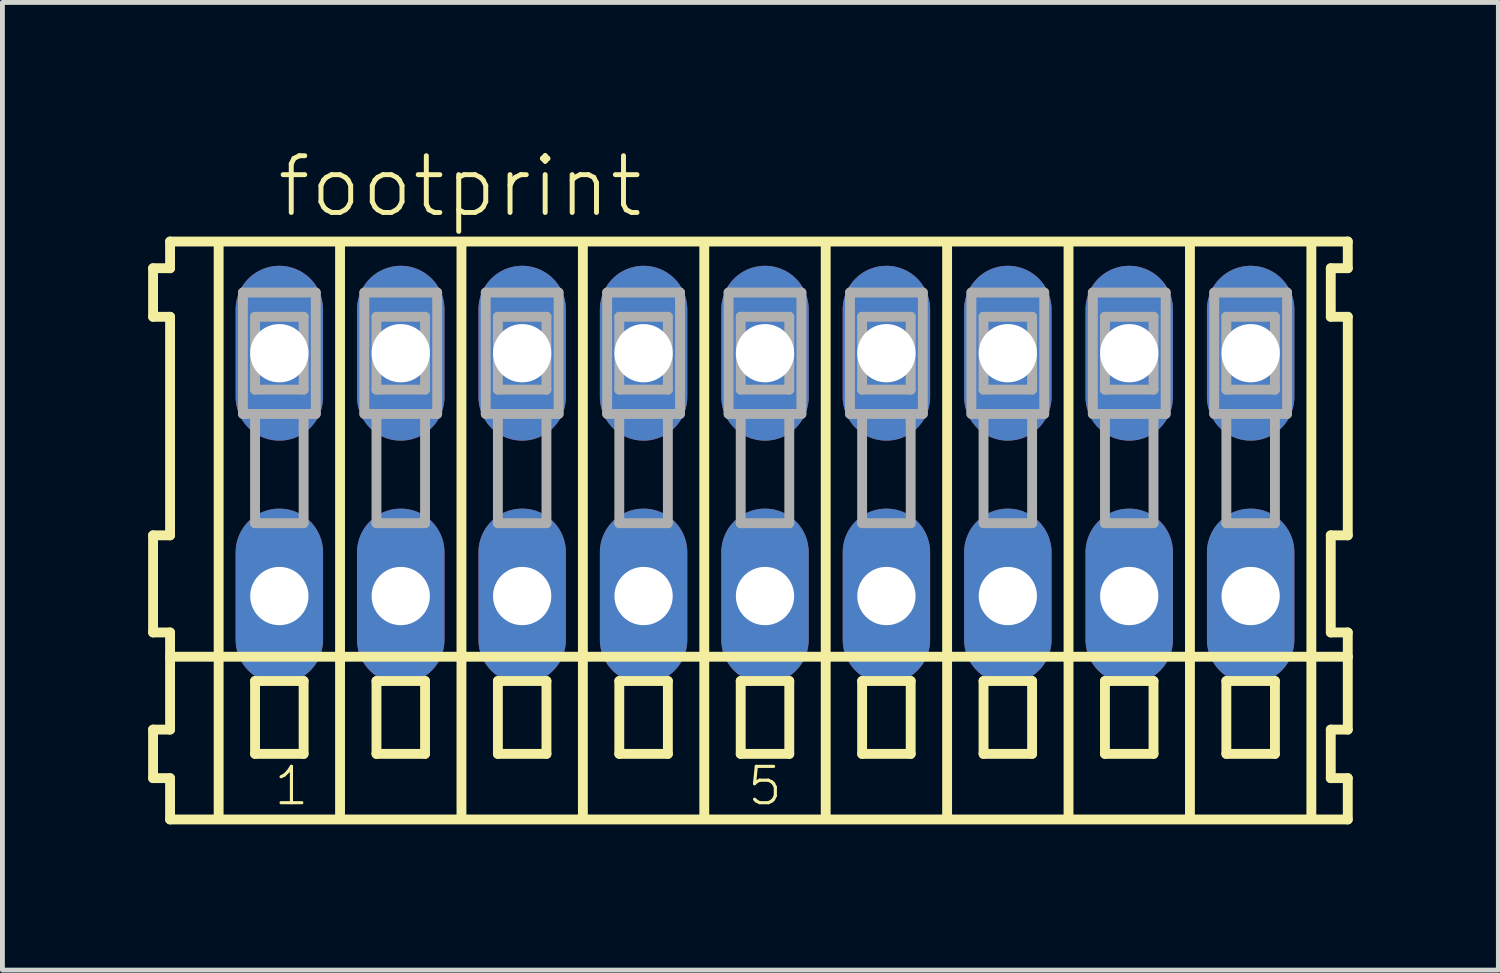
<source format=kicad_pcb>
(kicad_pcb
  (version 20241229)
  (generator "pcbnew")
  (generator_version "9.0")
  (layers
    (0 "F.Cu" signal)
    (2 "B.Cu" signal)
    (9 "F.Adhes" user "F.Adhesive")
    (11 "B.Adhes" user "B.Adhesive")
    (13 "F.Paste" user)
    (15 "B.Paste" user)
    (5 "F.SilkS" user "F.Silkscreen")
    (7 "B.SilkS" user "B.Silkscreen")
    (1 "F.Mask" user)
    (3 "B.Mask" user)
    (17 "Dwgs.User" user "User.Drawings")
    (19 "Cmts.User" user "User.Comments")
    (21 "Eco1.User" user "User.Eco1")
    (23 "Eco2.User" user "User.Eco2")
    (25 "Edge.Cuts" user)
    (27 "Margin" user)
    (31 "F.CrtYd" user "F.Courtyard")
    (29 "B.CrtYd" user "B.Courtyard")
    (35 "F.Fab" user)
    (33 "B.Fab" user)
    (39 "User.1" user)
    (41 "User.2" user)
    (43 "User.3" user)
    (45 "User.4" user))
  (footprint "footprint"
    (layer "F.Cu")
    (at 12.702 6.723)
    (property "Reference" "footprint" (at -10.1 -5.25 0) (layer "F.SilkS") (effects (font (size 1.168 1.168) (thickness 0.102)) (justify left bottom)))
    (fp_line (start -12.6 -4.25) (end -12.6 -3.25) (stroke (width 0.203) (type solid)) (layer "F.SilkS"))
    (fp_line (start -12.6 -3.25) (end -12.25 -3.25) (stroke (width 0.203) (type solid)) (layer "F.SilkS"))
    (fp_line (start -12.6 1.25) (end -12.6 3.25) (stroke (width 0.203) (type solid)) (layer "F.SilkS"))
    (fp_line (start -12.6 3.25) (end -12.25 3.25) (stroke (width 0.203) (type solid)) (layer "F.SilkS"))
    (fp_line (start -12.6 5.25) (end -12.6 6.25) (stroke (width 0.203) (type solid)) (layer "F.SilkS"))
    (fp_line (start -12.6 6.25) (end -12.25 6.25) (stroke (width 0.203) (type solid)) (layer "F.SilkS"))
    (fp_line (start -12.25 -4.8) (end -12.25 -4.25) (stroke (width 0.203) (type solid)) (layer "F.SilkS"))
    (fp_line (start -12.25 -4.25) (end -12.6 -4.25) (stroke (width 0.203) (type solid)) (layer "F.SilkS"))
    (fp_line (start -12.25 -3.25) (end -12.25 1.25) (stroke (width 0.203) (type solid)) (layer "F.SilkS"))
    (fp_line (start -12.25 1.25) (end -12.6 1.25) (stroke (width 0.203) (type solid)) (layer "F.SilkS"))
    (fp_line (start -12.25 3.25) (end -12.25 5.25) (stroke (width 0.203) (type solid)) (layer "F.SilkS"))
    (fp_line (start -12.25 3.75) (end 12 3.75) (stroke (width 0.203) (type solid)) (layer "F.SilkS"))
    (fp_line (start -12.25 5.25) (end -12.6 5.25) (stroke (width 0.203) (type solid)) (layer "F.SilkS"))
    (fp_line (start -12.25 6.25) (end -12.25 7.1) (stroke (width 0.203) (type solid)) (layer "F.SilkS"))
    (fp_line (start -12.25 7.1) (end 12 7.1) (stroke (width 0.203) (type solid)) (layer "F.SilkS"))
    (fp_line (start -11.25 -4.75) (end -11.25 7) (stroke (width 0.203) (type solid)) (layer "F.SilkS"))
    (fp_line (start -10.5 4.25) (end -10.5 5.75) (stroke (width 0.203) (type solid)) (layer "F.SilkS"))
    (fp_line (start -10.5 5.75) (end -9.5 5.75) (stroke (width 0.203) (type solid)) (layer "F.SilkS"))
    (fp_line (start -9.5 4.25) (end -10.5 4.25) (stroke (width 0.203) (type solid)) (layer "F.SilkS"))
    (fp_line (start -9.5 5.75) (end -9.5 4.25) (stroke (width 0.203) (type solid)) (layer "F.SilkS"))
    (fp_line (start -8.75 -4.75) (end -8.75 7) (stroke (width 0.203) (type solid)) (layer "F.SilkS"))
    (fp_line (start -8 4.25) (end -8 5.75) (stroke (width 0.203) (type solid)) (layer "F.SilkS"))
    (fp_line (start -8 5.75) (end -7 5.75) (stroke (width 0.203) (type solid)) (layer "F.SilkS"))
    (fp_line (start -7 4.25) (end -8 4.25) (stroke (width 0.203) (type solid)) (layer "F.SilkS"))
    (fp_line (start -7 5.75) (end -7 4.25) (stroke (width 0.203) (type solid)) (layer "F.SilkS"))
    (fp_line (start -6.25 -4.75) (end -6.25 7) (stroke (width 0.203) (type solid)) (layer "F.SilkS"))
    (fp_line (start -5.5 4.25) (end -5.5 5.75) (stroke (width 0.203) (type solid)) (layer "F.SilkS"))
    (fp_line (start -5.5 5.75) (end -4.5 5.75) (stroke (width 0.203) (type solid)) (layer "F.SilkS"))
    (fp_line (start -4.5 4.25) (end -5.5 4.25) (stroke (width 0.203) (type solid)) (layer "F.SilkS"))
    (fp_line (start -4.5 5.75) (end -4.5 4.25) (stroke (width 0.203) (type solid)) (layer "F.SilkS"))
    (fp_line (start -3.75 -4.75) (end -3.75 7) (stroke (width 0.203) (type solid)) (layer "F.SilkS"))
    (fp_line (start -3 4.25) (end -3 5.75) (stroke (width 0.203) (type solid)) (layer "F.SilkS"))
    (fp_line (start -3 5.75) (end -2 5.75) (stroke (width 0.203) (type solid)) (layer "F.SilkS"))
    (fp_line (start -2 4.25) (end -3 4.25) (stroke (width 0.203) (type solid)) (layer "F.SilkS"))
    (fp_line (start -2 5.75) (end -2 4.25) (stroke (width 0.203) (type solid)) (layer "F.SilkS"))
    (fp_line (start -1.25 -4.75) (end -1.25 7) (stroke (width 0.203) (type solid)) (layer "F.SilkS"))
    (fp_line (start -0.5 4.25) (end -0.5 5.75) (stroke (width 0.203) (type solid)) (layer "F.SilkS"))
    (fp_line (start -0.5 5.75) (end 0.5 5.75) (stroke (width 0.203) (type solid)) (layer "F.SilkS"))
    (fp_line (start 0.5 4.25) (end -0.5 4.25) (stroke (width 0.203) (type solid)) (layer "F.SilkS"))
    (fp_line (start 0.5 5.75) (end 0.5 4.25) (stroke (width 0.203) (type solid)) (layer "F.SilkS"))
    (fp_line (start 1.25 -4.75) (end 1.25 7) (stroke (width 0.203) (type solid)) (layer "F.SilkS"))
    (fp_line (start 2 4.25) (end 2 5.75) (stroke (width 0.203) (type solid)) (layer "F.SilkS"))
    (fp_line (start 2 5.75) (end 3 5.75) (stroke (width 0.203) (type solid)) (layer "F.SilkS"))
    (fp_line (start 3 4.25) (end 2 4.25) (stroke (width 0.203) (type solid)) (layer "F.SilkS"))
    (fp_line (start 3 5.75) (end 3 4.25) (stroke (width 0.203) (type solid)) (layer "F.SilkS"))
    (fp_line (start 3.75 -4.75) (end 3.75 7) (stroke (width 0.203) (type solid)) (layer "F.SilkS"))
    (fp_line (start 4.5 4.25) (end 4.5 5.75) (stroke (width 0.203) (type solid)) (layer "F.SilkS"))
    (fp_line (start 4.5 5.75) (end 5.5 5.75) (stroke (width 0.203) (type solid)) (layer "F.SilkS"))
    (fp_line (start 5.5 4.25) (end 4.5 4.25) (stroke (width 0.203) (type solid)) (layer "F.SilkS"))
    (fp_line (start 5.5 5.75) (end 5.5 4.25) (stroke (width 0.203) (type solid)) (layer "F.SilkS"))
    (fp_line (start 6.25 -4.75) (end 6.25 7) (stroke (width 0.203) (type solid)) (layer "F.SilkS"))
    (fp_line (start 7 4.25) (end 7 5.75) (stroke (width 0.203) (type solid)) (layer "F.SilkS"))
    (fp_line (start 7 5.75) (end 8 5.75) (stroke (width 0.203) (type solid)) (layer "F.SilkS"))
    (fp_line (start 8 4.25) (end 7 4.25) (stroke (width 0.203) (type solid)) (layer "F.SilkS"))
    (fp_line (start 8 5.75) (end 8 4.25) (stroke (width 0.203) (type solid)) (layer "F.SilkS"))
    (fp_line (start 8.75 -4.75) (end 8.75 7) (stroke (width 0.203) (type solid)) (layer "F.SilkS"))
    (fp_line (start 9.5 4.25) (end 9.5 5.75) (stroke (width 0.203) (type solid)) (layer "F.SilkS"))
    (fp_line (start 9.5 5.75) (end 10.5 5.75) (stroke (width 0.203) (type solid)) (layer "F.SilkS"))
    (fp_line (start 10.5 4.25) (end 9.5 4.25) (stroke (width 0.203) (type solid)) (layer "F.SilkS"))
    (fp_line (start 10.5 5.75) (end 10.5 4.25) (stroke (width 0.203) (type solid)) (layer "F.SilkS"))
    (fp_line (start 11.25 -4.75) (end 11.25 7) (stroke (width 0.203) (type solid)) (layer "F.SilkS"))
    (fp_line (start 11.65 -4.25) (end 11.65 -3.25) (stroke (width 0.203) (type solid)) (layer "F.SilkS"))
    (fp_line (start 11.65 -3.25) (end 12 -3.25) (stroke (width 0.203) (type solid)) (layer "F.SilkS"))
    (fp_line (start 11.65 1.25) (end 11.65 3.25) (stroke (width 0.203) (type solid)) (layer "F.SilkS"))
    (fp_line (start 11.65 3.25) (end 12 3.25) (stroke (width 0.203) (type solid)) (layer "F.SilkS"))
    (fp_line (start 11.65 5.25) (end 11.65 6.25) (stroke (width 0.203) (type solid)) (layer "F.SilkS"))
    (fp_line (start 11.65 6.25) (end 12 6.25) (stroke (width 0.203) (type solid)) (layer "F.SilkS"))
    (fp_line (start 12 -4.8) (end -12.25 -4.8) (stroke (width 0.203) (type solid)) (layer "F.SilkS"))
    (fp_line (start 12 -4.25) (end 11.65 -4.25) (stroke (width 0.203) (type solid)) (layer "F.SilkS"))
    (fp_line (start 12 -4.25) (end 12 -4.8) (stroke (width 0.203) (type solid)) (layer "F.SilkS"))
    (fp_line (start 12 1.25) (end 11.65 1.25) (stroke (width 0.203) (type solid)) (layer "F.SilkS"))
    (fp_line (start 12 1.25) (end 12 -3.25) (stroke (width 0.203) (type solid)) (layer "F.SilkS"))
    (fp_line (start 12 3.75) (end 12 3.25) (stroke (width 0.203) (type solid)) (layer "F.SilkS"))
    (fp_line (start 12 5.25) (end 11.65 5.25) (stroke (width 0.203) (type solid)) (layer "F.SilkS"))
    (fp_line (start 12 5.25) (end 12 3.75) (stroke (width 0.203) (type solid)) (layer "F.SilkS"))
    (fp_line (start 12 7.1) (end 12 6.25) (stroke (width 0.203) (type solid)) (layer "F.SilkS"))
    (fp_line (start -10.75 -3.75) (end -10.75 -1.25) (stroke (width 0.203) (type solid)) (layer "F.Fab"))
    (fp_line (start -10.75 -1.25) (end -10.5 -1.25) (stroke (width 0.203) (type solid)) (layer "F.Fab"))
    (fp_line (start -10.5 -3.25) (end -10.5 -1.75) (stroke (width 0.203) (type solid)) (layer "F.Fab"))
    (fp_line (start -10.5 -1.75) (end -9.5 -1.75) (stroke (width 0.203) (type solid)) (layer "F.Fab"))
    (fp_line (start -10.5 -1.25) (end -10.5 1) (stroke (width 0.203) (type solid)) (layer "F.Fab"))
    (fp_line (start -10.5 -1.25) (end -9.5 -1.25) (stroke (width 0.203) (type solid)) (layer "F.Fab"))
    (fp_line (start -10.5 1) (end -9.5 1) (stroke (width 0.203) (type solid)) (layer "F.Fab"))
    (fp_line (start -9.5 -3.25) (end -10.5 -3.25) (stroke (width 0.203) (type solid)) (layer "F.Fab"))
    (fp_line (start -9.5 -1.75) (end -9.5 -3.25) (stroke (width 0.203) (type solid)) (layer "F.Fab"))
    (fp_line (start -9.5 -1.25) (end -9.25 -1.25) (stroke (width 0.203) (type solid)) (layer "F.Fab"))
    (fp_line (start -9.5 1) (end -9.5 -1.25) (stroke (width 0.203) (type solid)) (layer "F.Fab"))
    (fp_line (start -9.25 -3.75) (end -10.75 -3.75) (stroke (width 0.203) (type solid)) (layer "F.Fab"))
    (fp_line (start -9.25 -1.25) (end -9.25 -3.75) (stroke (width 0.203) (type solid)) (layer "F.Fab"))
    (fp_line (start -8.25 -3.75) (end -8.25 -1.25) (stroke (width 0.203) (type solid)) (layer "F.Fab"))
    (fp_line (start -8.25 -1.25) (end -8 -1.25) (stroke (width 0.203) (type solid)) (layer "F.Fab"))
    (fp_line (start -8 -3.25) (end -8 -1.75) (stroke (width 0.203) (type solid)) (layer "F.Fab"))
    (fp_line (start -8 -1.75) (end -7 -1.75) (stroke (width 0.203) (type solid)) (layer "F.Fab"))
    (fp_line (start -8 -1.25) (end -8 1) (stroke (width 0.203) (type solid)) (layer "F.Fab"))
    (fp_line (start -8 -1.25) (end -7 -1.25) (stroke (width 0.203) (type solid)) (layer "F.Fab"))
    (fp_line (start -8 1) (end -7 1) (stroke (width 0.203) (type solid)) (layer "F.Fab"))
    (fp_line (start -7 -3.25) (end -8 -3.25) (stroke (width 0.203) (type solid)) (layer "F.Fab"))
    (fp_line (start -7 -1.75) (end -7 -3.25) (stroke (width 0.203) (type solid)) (layer "F.Fab"))
    (fp_line (start -7 -1.25) (end -6.75 -1.25) (stroke (width 0.203) (type solid)) (layer "F.Fab"))
    (fp_line (start -7 1) (end -7 -1.25) (stroke (width 0.203) (type solid)) (layer "F.Fab"))
    (fp_line (start -6.75 -3.75) (end -8.25 -3.75) (stroke (width 0.203) (type solid)) (layer "F.Fab"))
    (fp_line (start -6.75 -1.25) (end -6.75 -3.75) (stroke (width 0.203) (type solid)) (layer "F.Fab"))
    (fp_line (start -5.75 -3.75) (end -5.75 -1.25) (stroke (width 0.203) (type solid)) (layer "F.Fab"))
    (fp_line (start -5.75 -1.25) (end -5.5 -1.25) (stroke (width 0.203) (type solid)) (layer "F.Fab"))
    (fp_line (start -5.5 -3.25) (end -5.5 -1.75) (stroke (width 0.203) (type solid)) (layer "F.Fab"))
    (fp_line (start -5.5 -1.75) (end -4.5 -1.75) (stroke (width 0.203) (type solid)) (layer "F.Fab"))
    (fp_line (start -5.5 -1.25) (end -5.5 1) (stroke (width 0.203) (type solid)) (layer "F.Fab"))
    (fp_line (start -5.5 -1.25) (end -4.5 -1.25) (stroke (width 0.203) (type solid)) (layer "F.Fab"))
    (fp_line (start -5.5 1) (end -4.5 1) (stroke (width 0.203) (type solid)) (layer "F.Fab"))
    (fp_line (start -4.5 -3.25) (end -5.5 -3.25) (stroke (width 0.203) (type solid)) (layer "F.Fab"))
    (fp_line (start -4.5 -1.75) (end -4.5 -3.25) (stroke (width 0.203) (type solid)) (layer "F.Fab"))
    (fp_line (start -4.5 -1.25) (end -4.25 -1.25) (stroke (width 0.203) (type solid)) (layer "F.Fab"))
    (fp_line (start -4.5 1) (end -4.5 -1.25) (stroke (width 0.203) (type solid)) (layer "F.Fab"))
    (fp_line (start -4.25 -3.75) (end -5.75 -3.75) (stroke (width 0.203) (type solid)) (layer "F.Fab"))
    (fp_line (start -4.25 -1.25) (end -4.25 -3.75) (stroke (width 0.203) (type solid)) (layer "F.Fab"))
    (fp_line (start -3.25 -3.75) (end -3.25 -1.25) (stroke (width 0.203) (type solid)) (layer "F.Fab"))
    (fp_line (start -3.25 -1.25) (end -3 -1.25) (stroke (width 0.203) (type solid)) (layer "F.Fab"))
    (fp_line (start -3 -3.25) (end -3 -1.75) (stroke (width 0.203) (type solid)) (layer "F.Fab"))
    (fp_line (start -3 -1.75) (end -2 -1.75) (stroke (width 0.203) (type solid)) (layer "F.Fab"))
    (fp_line (start -3 -1.25) (end -3 1) (stroke (width 0.203) (type solid)) (layer "F.Fab"))
    (fp_line (start -3 -1.25) (end -2 -1.25) (stroke (width 0.203) (type solid)) (layer "F.Fab"))
    (fp_line (start -3 1) (end -2 1) (stroke (width 0.203) (type solid)) (layer "F.Fab"))
    (fp_line (start -2 -3.25) (end -3 -3.25) (stroke (width 0.203) (type solid)) (layer "F.Fab"))
    (fp_line (start -2 -1.75) (end -2 -3.25) (stroke (width 0.203) (type solid)) (layer "F.Fab"))
    (fp_line (start -2 -1.25) (end -1.75 -1.25) (stroke (width 0.203) (type solid)) (layer "F.Fab"))
    (fp_line (start -2 1) (end -2 -1.25) (stroke (width 0.203) (type solid)) (layer "F.Fab"))
    (fp_line (start -1.75 -3.75) (end -3.25 -3.75) (stroke (width 0.203) (type solid)) (layer "F.Fab"))
    (fp_line (start -1.75 -1.25) (end -1.75 -3.75) (stroke (width 0.203) (type solid)) (layer "F.Fab"))
    (fp_line (start -0.75 -3.75) (end -0.75 -1.25) (stroke (width 0.203) (type solid)) (layer "F.Fab"))
    (fp_line (start -0.75 -1.25) (end -0.5 -1.25) (stroke (width 0.203) (type solid)) (layer "F.Fab"))
    (fp_line (start -0.5 -3.25) (end -0.5 -1.75) (stroke (width 0.203) (type solid)) (layer "F.Fab"))
    (fp_line (start -0.5 -1.75) (end 0.5 -1.75) (stroke (width 0.203) (type solid)) (layer "F.Fab"))
    (fp_line (start -0.5 -1.25) (end -0.5 1) (stroke (width 0.203) (type solid)) (layer "F.Fab"))
    (fp_line (start -0.5 -1.25) (end 0.5 -1.25) (stroke (width 0.203) (type solid)) (layer "F.Fab"))
    (fp_line (start -0.5 1) (end 0.5 1) (stroke (width 0.203) (type solid)) (layer "F.Fab"))
    (fp_line (start 0.5 -3.25) (end -0.5 -3.25) (stroke (width 0.203) (type solid)) (layer "F.Fab"))
    (fp_line (start 0.5 -1.75) (end 0.5 -3.25) (stroke (width 0.203) (type solid)) (layer "F.Fab"))
    (fp_line (start 0.5 -1.25) (end 0.75 -1.25) (stroke (width 0.203) (type solid)) (layer "F.Fab"))
    (fp_line (start 0.5 1) (end 0.5 -1.25) (stroke (width 0.203) (type solid)) (layer "F.Fab"))
    (fp_line (start 0.75 -3.75) (end -0.75 -3.75) (stroke (width 0.203) (type solid)) (layer "F.Fab"))
    (fp_line (start 0.75 -1.25) (end 0.75 -3.75) (stroke (width 0.203) (type solid)) (layer "F.Fab"))
    (fp_line (start 1.75 -3.75) (end 1.75 -1.25) (stroke (width 0.203) (type solid)) (layer "F.Fab"))
    (fp_line (start 1.75 -1.25) (end 2 -1.25) (stroke (width 0.203) (type solid)) (layer "F.Fab"))
    (fp_line (start 2 -3.25) (end 2 -1.75) (stroke (width 0.203) (type solid)) (layer "F.Fab"))
    (fp_line (start 2 -1.75) (end 3 -1.75) (stroke (width 0.203) (type solid)) (layer "F.Fab"))
    (fp_line (start 2 -1.25) (end 2 1) (stroke (width 0.203) (type solid)) (layer "F.Fab"))
    (fp_line (start 2 -1.25) (end 3 -1.25) (stroke (width 0.203) (type solid)) (layer "F.Fab"))
    (fp_line (start 2 1) (end 3 1) (stroke (width 0.203) (type solid)) (layer "F.Fab"))
    (fp_line (start 3 -3.25) (end 2 -3.25) (stroke (width 0.203) (type solid)) (layer "F.Fab"))
    (fp_line (start 3 -1.75) (end 3 -3.25) (stroke (width 0.203) (type solid)) (layer "F.Fab"))
    (fp_line (start 3 -1.25) (end 3.25 -1.25) (stroke (width 0.203) (type solid)) (layer "F.Fab"))
    (fp_line (start 3 1) (end 3 -1.25) (stroke (width 0.203) (type solid)) (layer "F.Fab"))
    (fp_line (start 3.25 -3.75) (end 1.75 -3.75) (stroke (width 0.203) (type solid)) (layer "F.Fab"))
    (fp_line (start 3.25 -1.25) (end 3.25 -3.75) (stroke (width 0.203) (type solid)) (layer "F.Fab"))
    (fp_line (start 4.25 -3.75) (end 4.25 -1.25) (stroke (width 0.203) (type solid)) (layer "F.Fab"))
    (fp_line (start 4.25 -1.25) (end 4.5 -1.25) (stroke (width 0.203) (type solid)) (layer "F.Fab"))
    (fp_line (start 4.5 -3.25) (end 4.5 -1.75) (stroke (width 0.203) (type solid)) (layer "F.Fab"))
    (fp_line (start 4.5 -1.75) (end 5.5 -1.75) (stroke (width 0.203) (type solid)) (layer "F.Fab"))
    (fp_line (start 4.5 -1.25) (end 4.5 1) (stroke (width 0.203) (type solid)) (layer "F.Fab"))
    (fp_line (start 4.5 -1.25) (end 5.5 -1.25) (stroke (width 0.203) (type solid)) (layer "F.Fab"))
    (fp_line (start 4.5 1) (end 5.5 1) (stroke (width 0.203) (type solid)) (layer "F.Fab"))
    (fp_line (start 5.5 -3.25) (end 4.5 -3.25) (stroke (width 0.203) (type solid)) (layer "F.Fab"))
    (fp_line (start 5.5 -1.75) (end 5.5 -3.25) (stroke (width 0.203) (type solid)) (layer "F.Fab"))
    (fp_line (start 5.5 -1.25) (end 5.75 -1.25) (stroke (width 0.203) (type solid)) (layer "F.Fab"))
    (fp_line (start 5.5 1) (end 5.5 -1.25) (stroke (width 0.203) (type solid)) (layer "F.Fab"))
    (fp_line (start 5.75 -3.75) (end 4.25 -3.75) (stroke (width 0.203) (type solid)) (layer "F.Fab"))
    (fp_line (start 5.75 -1.25) (end 5.75 -3.75) (stroke (width 0.203) (type solid)) (layer "F.Fab"))
    (fp_line (start 6.75 -3.75) (end 6.75 -1.25) (stroke (width 0.203) (type solid)) (layer "F.Fab"))
    (fp_line (start 6.75 -1.25) (end 7 -1.25) (stroke (width 0.203) (type solid)) (layer "F.Fab"))
    (fp_line (start 7 -3.25) (end 7 -1.75) (stroke (width 0.203) (type solid)) (layer "F.Fab"))
    (fp_line (start 7 -1.75) (end 8 -1.75) (stroke (width 0.203) (type solid)) (layer "F.Fab"))
    (fp_line (start 7 -1.25) (end 7 1) (stroke (width 0.203) (type solid)) (layer "F.Fab"))
    (fp_line (start 7 -1.25) (end 8 -1.25) (stroke (width 0.203) (type solid)) (layer "F.Fab"))
    (fp_line (start 7 1) (end 8 1) (stroke (width 0.203) (type solid)) (layer "F.Fab"))
    (fp_line (start 8 -3.25) (end 7 -3.25) (stroke (width 0.203) (type solid)) (layer "F.Fab"))
    (fp_line (start 8 -1.75) (end 8 -3.25) (stroke (width 0.203) (type solid)) (layer "F.Fab"))
    (fp_line (start 8 -1.25) (end 8.25 -1.25) (stroke (width 0.203) (type solid)) (layer "F.Fab"))
    (fp_line (start 8 1) (end 8 -1.25) (stroke (width 0.203) (type solid)) (layer "F.Fab"))
    (fp_line (start 8.25 -3.75) (end 6.75 -3.75) (stroke (width 0.203) (type solid)) (layer "F.Fab"))
    (fp_line (start 8.25 -1.25) (end 8.25 -3.75) (stroke (width 0.203) (type solid)) (layer "F.Fab"))
    (fp_line (start 9.25 -3.75) (end 9.25 -1.25) (stroke (width 0.203) (type solid)) (layer "F.Fab"))
    (fp_line (start 9.25 -1.25) (end 9.5 -1.25) (stroke (width 0.203) (type solid)) (layer "F.Fab"))
    (fp_line (start 9.5 -3.25) (end 9.5 -1.75) (stroke (width 0.203) (type solid)) (layer "F.Fab"))
    (fp_line (start 9.5 -1.75) (end 10.5 -1.75) (stroke (width 0.203) (type solid)) (layer "F.Fab"))
    (fp_line (start 9.5 -1.25) (end 9.5 1) (stroke (width 0.203) (type solid)) (layer "F.Fab"))
    (fp_line (start 9.5 -1.25) (end 10.5 -1.25) (stroke (width 0.203) (type solid)) (layer "F.Fab"))
    (fp_line (start 9.5 1) (end 10.5 1) (stroke (width 0.203) (type solid)) (layer "F.Fab"))
    (fp_line (start 10.5 -3.25) (end 9.5 -3.25) (stroke (width 0.203) (type solid)) (layer "F.Fab"))
    (fp_line (start 10.5 -1.75) (end 10.5 -3.25) (stroke (width 0.203) (type solid)) (layer "F.Fab"))
    (fp_line (start 10.5 -1.25) (end 10.75 -1.25) (stroke (width 0.203) (type solid)) (layer "F.Fab"))
    (fp_line (start 10.5 1) (end 10.5 -1.25) (stroke (width 0.203) (type solid)) (layer "F.Fab"))
    (fp_line (start 10.75 -3.75) (end 9.25 -3.75) (stroke (width 0.203) (type solid)) (layer "F.Fab"))
    (fp_line (start 10.75 -1.25) (end 10.75 -3.75) (stroke (width 0.203) (type solid)) (layer "F.Fab"))
    (fp_text user "1" (at -10.15 6.85 0) (layer "F.SilkS") (effects (font (size 0.748 0.748) (thickness 0.065)) (justify left bottom)))
    (fp_text user "5" (at -0.4 6.85 0) (layer "F.SilkS") (effects (font (size 0.748 0.748) (thickness 0.065)) (justify left bottom)))
    (pad "A1" thru_hole oval (at -10 -2.5 90) (size 3.6 1.8) (drill 1.2) (layers "*.Cu" "*.Mask"))
    (pad "A2" thru_hole oval (at -7.5 -2.5 90) (size 3.6 1.8) (drill 1.2) (layers "*.Cu" "*.Mask"))
    (pad "A3" thru_hole oval (at -5 -2.5 90) (size 3.6 1.8) (drill 1.2) (layers "*.Cu" "*.Mask"))
    (pad "A4" thru_hole oval (at -2.5 -2.5 90) (size 3.6 1.8) (drill 1.2) (layers "*.Cu" "*.Mask"))
    (pad "A5" thru_hole oval (at 0 -2.5 90) (size 3.6 1.8) (drill 1.2) (layers "*.Cu" "*.Mask"))
    (pad "A6" thru_hole oval (at 2.5 -2.5 90) (size 3.6 1.8) (drill 1.2) (layers "*.Cu" "*.Mask"))
    (pad "A7" thru_hole oval (at 5 -2.5 90) (size 3.6 1.8) (drill 1.2) (layers "*.Cu" "*.Mask"))
    (pad "A8" thru_hole oval (at 7.5 -2.5 90) (size 3.6 1.8) (drill 1.2) (layers "*.Cu" "*.Mask"))
    (pad "A9" thru_hole oval (at 10 -2.5 90) (size 3.6 1.8) (drill 1.2) (layers "*.Cu" "*.Mask"))
    (pad "B1" thru_hole oval (at -10 2.5 90) (size 3.6 1.8) (drill 1.2) (layers "*.Cu" "*.Mask"))
    (pad "B2" thru_hole oval (at -7.5 2.5 90) (size 3.6 1.8) (drill 1.2) (layers "*.Cu" "*.Mask"))
    (pad "B3" thru_hole oval (at -5 2.5 90) (size 3.6 1.8) (drill 1.2) (layers "*.Cu" "*.Mask"))
    (pad "B4" thru_hole oval (at -2.5 2.5 90) (size 3.6 1.8) (drill 1.2) (layers "*.Cu" "*.Mask"))
    (pad "B5" thru_hole oval (at 0 2.5 90) (size 3.6 1.8) (drill 1.2) (layers "*.Cu" "*.Mask"))
    (pad "B6" thru_hole oval (at 2.5 2.5 90) (size 3.6 1.8) (drill 1.2) (layers "*.Cu" "*.Mask"))
    (pad "B7" thru_hole oval (at 5 2.5 90) (size 3.6 1.8) (drill 1.2) (layers "*.Cu" "*.Mask"))
    (pad "B8" thru_hole oval (at 7.5 2.5 90) (size 3.6 1.8) (drill 1.2) (layers "*.Cu" "*.Mask"))
    (pad "B9" thru_hole oval (at 10 2.5 90) (size 3.6 1.8) (drill 1.2) (layers "*.Cu" "*.Mask")))
  (gr_rect
    (start -3 -3)
    (end 27.803 16.925)
    (stroke (width 0.1) (type default))
    (fill no)
    (layer "Edge.Cuts")))
</source>
